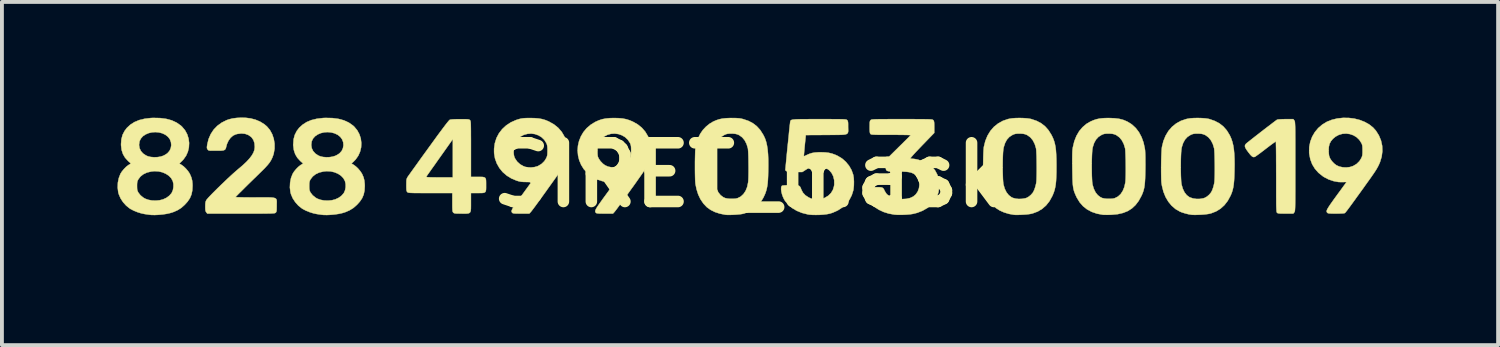
<source format=kicad_pcb>
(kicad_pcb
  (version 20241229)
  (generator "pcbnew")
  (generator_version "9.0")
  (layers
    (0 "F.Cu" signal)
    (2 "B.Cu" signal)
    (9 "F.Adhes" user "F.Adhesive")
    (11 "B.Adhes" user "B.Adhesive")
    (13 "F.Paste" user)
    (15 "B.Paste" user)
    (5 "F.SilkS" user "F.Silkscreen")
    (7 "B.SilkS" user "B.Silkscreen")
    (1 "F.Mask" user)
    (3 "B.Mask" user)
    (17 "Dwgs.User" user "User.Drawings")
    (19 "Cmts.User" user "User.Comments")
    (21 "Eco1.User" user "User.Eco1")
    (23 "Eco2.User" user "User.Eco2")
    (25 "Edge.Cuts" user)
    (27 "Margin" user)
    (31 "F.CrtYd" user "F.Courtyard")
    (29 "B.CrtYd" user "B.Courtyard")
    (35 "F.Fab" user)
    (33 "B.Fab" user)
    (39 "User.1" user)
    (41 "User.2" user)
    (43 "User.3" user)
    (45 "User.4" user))
  (footprint "SIRET_mask"
    (layer "F.Cu")
    (at 16.401 1.491)
    (property "Reference" "SIRET_mask" (at 0 0 0) (layer "F.SilkS") (effects (font (size 1.524 1.524) (thickness 0.3))))
    (attr through_hole)
    (fp_poly (pts (xy 14.147 -1.414) (xy 14.151 -1.408) (xy 14.155 -1.401) (xy 14.159 -1.392) (xy 14.162 -1.378) (xy 14.164 -1.359) (xy 14.166 -1.332) (xy 14.168 -1.296) (xy 14.17 -1.25) (xy 14.171 -1.192) (xy 14.172 -1.121) (xy 14.172 -1.034) (xy 14.173 -0.93) (xy 14.173 -0.808) (xy 14.173 -0.666) (xy 14.173 -0.503) (xy 14.173 -0.316) (xy 14.173 -0.222) (xy 14.173 -0.025) (xy 14.173 0.149) (xy 14.173 0.301) (xy 14.173 0.432) (xy 14.172 0.544) (xy 14.172 0.638) (xy 14.171 0.717) (xy 14.17 0.781) (xy 14.169 0.832) (xy 14.167 0.872) (xy 14.165 0.903) (xy 14.163 0.925) (xy 14.16 0.942) (xy 14.157 0.953) (xy 14.153 0.961) (xy 14.149 0.967) (xy 14.147 0.97) (xy 14.121 1.003) (xy 13.92 1.003) (xy 13.844 1.003) (xy 13.788 1.002) (xy 13.75 0.999) (xy 13.725 0.995) (xy 13.71 0.989) (xy 13.699 0.98) (xy 13.699 0.98) (xy 13.695 0.974) (xy 13.691 0.964) (xy 13.688 0.949) (xy 13.686 0.926) (xy 13.684 0.894) (xy 13.682 0.852) (xy 13.68 0.797) (xy 13.679 0.728) (xy 13.679 0.643) (xy 13.678 0.539) (xy 13.678 0.417) (xy 13.678 0.273) (xy 13.678 0.106) (xy 13.678 0.047) (xy 13.677 -0.103) (xy 13.677 -0.245) (xy 13.676 -0.377) (xy 13.676 -0.498) (xy 13.675 -0.606) (xy 13.674 -0.697) (xy 13.672 -0.771) (xy 13.671 -0.826) (xy 13.669 -0.858) (xy 13.668 -0.868) (xy 13.656 -0.862) (xy 13.627 -0.842) (xy 13.583 -0.811) (xy 13.527 -0.77) (xy 13.463 -0.721) (xy 13.405 -0.677) (xy 13.334 -0.622) (xy 13.269 -0.573) (xy 13.212 -0.531) (xy 13.166 -0.498) (xy 13.136 -0.477) (xy 13.124 -0.47) (xy 13.097 -0.463) (xy 13.07 -0.469) (xy 13.042 -0.488) (xy 13.007 -0.523) (xy 12.963 -0.578) (xy 12.954 -0.59) (xy 12.908 -0.653) (xy 12.879 -0.702) (xy 12.866 -0.74) (xy 12.868 -0.771) (xy 12.884 -0.798) (xy 12.9 -0.815) (xy 12.919 -0.831) (xy 12.956 -0.86) (xy 13.006 -0.9) (xy 13.067 -0.948) (xy 13.137 -1.003) (xy 13.213 -1.062) (xy 13.291 -1.123) (xy 13.37 -1.184) (xy 13.447 -1.243) (xy 13.519 -1.297) (xy 13.582 -1.346) (xy 13.635 -1.386) (xy 13.674 -1.415) (xy 13.698 -1.432) (xy 13.702 -1.434) (xy 13.724 -1.439) (xy 13.767 -1.443) (xy 13.826 -1.446) (xy 13.897 -1.448) (xy 13.924 -1.448) (xy 14.121 -1.448) (xy 14.147 -1.414)) (stroke (width 0.01) (type solid)) (fill yes) (layer "F.SilkS"))
    (fp_poly (pts (xy -5.574 -1.474) (xy -5.472 -1.466) (xy -5.381 -1.45) (xy -5.296 -1.425) (xy -5.212 -1.39) (xy -5.201 -1.385) (xy -5.07 -1.311) (xy -4.96 -1.222) (xy -4.87 -1.118) (xy -4.801 -1.001) (xy -4.753 -0.872) (xy -4.729 -0.732) (xy -4.725 -0.648) (xy -4.733 -0.535) (xy -4.757 -0.422) (xy -4.799 -0.306) (xy -4.86 -0.183) (xy -4.94 -0.051) (xy -4.994 0.027) (xy -5.102 0.179) (xy -5.204 0.321) (xy -5.298 0.453) (xy -5.384 0.572) (xy -5.461 0.678) (xy -5.527 0.769) (xy -5.582 0.844) (xy -5.626 0.902) (xy -5.656 0.941) (xy -5.672 0.961) (xy -5.712 1.003) (xy -5.922 1.003) (xy -6.003 1.003) (xy -6.061 1.002) (xy -6.102 0.999) (xy -6.129 0.995) (xy -6.146 0.989) (xy -6.152 0.983) (xy -6.164 0.969) (xy -6.17 0.954) (xy -6.171 0.935) (xy -6.163 0.91) (xy -6.147 0.877) (xy -6.122 0.834) (xy -6.085 0.779) (xy -6.036 0.709) (xy -5.974 0.622) (xy -5.923 0.552) (xy -5.863 0.47) (xy -5.808 0.394) (xy -5.759 0.327) (xy -5.718 0.271) (xy -5.688 0.229) (xy -5.669 0.204) (xy -5.664 0.197) (xy -5.671 0.191) (xy -5.702 0.186) (xy -5.758 0.183) (xy -5.795 0.183) (xy -5.869 0.181) (xy -5.926 0.176) (xy -5.977 0.166) (xy -6.031 0.151) (xy -6.039 0.148) (xy -6.176 0.091) (xy -6.297 0.016) (xy -6.402 -0.075) (xy -6.488 -0.181) (xy -6.555 -0.299) (xy -6.601 -0.427) (xy -6.624 -0.564) (xy -6.625 -0.638) (xy -6.119 -0.638) (xy -6.119 -0.61) (xy -6.115 -0.546) (xy -6.108 -0.499) (xy -6.097 -0.46) (xy -6.08 -0.425) (xy -6.024 -0.343) (xy -5.948 -0.275) (xy -5.859 -0.224) (xy -5.823 -0.211) (xy -5.747 -0.196) (xy -5.661 -0.194) (xy -5.574 -0.204) (xy -5.497 -0.226) (xy -5.483 -0.232) (xy -5.393 -0.286) (xy -5.32 -0.357) (xy -5.274 -0.43) (xy -5.258 -0.465) (xy -5.248 -0.497) (xy -5.242 -0.532) (xy -5.24 -0.578) (xy -5.239 -0.635) (xy -5.24 -0.7) (xy -5.244 -0.746) (xy -5.251 -0.782) (xy -5.262 -0.814) (xy -5.269 -0.829) (xy -5.323 -0.913) (xy -5.393 -0.98) (xy -5.475 -1.029) (xy -5.566 -1.061) (xy -5.661 -1.074) (xy -5.757 -1.067) (xy -5.851 -1.042) (xy -5.939 -0.996) (xy -6.009 -0.937) (xy -6.061 -0.874) (xy -6.096 -0.807) (xy -6.115 -0.73) (xy -6.119 -0.638) (xy -6.625 -0.638) (xy -6.625 -0.68) (xy -6.605 -0.824) (xy -6.563 -0.958) (xy -6.498 -1.081) (xy -6.414 -1.19) (xy -6.311 -1.285) (xy -6.191 -1.364) (xy -6.054 -1.425) (xy -6.001 -1.442) (xy -5.952 -1.456) (xy -5.908 -1.465) (xy -5.863 -1.471) (xy -5.81 -1.475) (xy -5.743 -1.476) (xy -5.696 -1.477) (xy -5.574 -1.474)) (stroke (width 0.01) (type solid)) (fill yes) (layer "F.SilkS"))
    (fp_poly (pts (xy 15.559 -1.48) (xy 15.705 -1.462) (xy 15.844 -1.427) (xy 15.974 -1.376) (xy 16.091 -1.311) (xy 16.192 -1.231) (xy 16.267 -1.147) (xy 16.344 -1.024) (xy 16.398 -0.893) (xy 16.428 -0.756) (xy 16.433 -0.616) (xy 16.415 -0.474) (xy 16.372 -0.333) (xy 16.347 -0.275) (xy 16.329 -0.237) (xy 16.309 -0.199) (xy 16.286 -0.158) (xy 16.258 -0.113) (xy 16.224 -0.061) (xy 16.181 0.001) (xy 16.13 0.075) (xy 16.066 0.164) (xy 15.99 0.27) (xy 15.967 0.303) (xy 15.869 0.439) (xy 15.784 0.556) (xy 15.712 0.656) (xy 15.652 0.739) (xy 15.602 0.807) (xy 15.562 0.861) (xy 15.53 0.904) (xy 15.505 0.937) (xy 15.486 0.96) (xy 15.473 0.976) (xy 15.463 0.985) (xy 15.456 0.99) (xy 15.456 0.991) (xy 15.435 0.995) (xy 15.395 0.999) (xy 15.338 1.001) (xy 15.271 1.003) (xy 15.229 1.003) (xy 15.15 1.003) (xy 15.092 1.001) (xy 15.053 0.999) (xy 15.027 0.994) (xy 15.011 0.988) (xy 15.006 0.983) (xy 14.994 0.969) (xy 14.988 0.954) (xy 14.988 0.935) (xy 14.995 0.91) (xy 15.011 0.877) (xy 15.037 0.834) (xy 15.073 0.779) (xy 15.122 0.709) (xy 15.184 0.622) (xy 15.235 0.552) (xy 15.295 0.47) (xy 15.351 0.394) (xy 15.4 0.326) (xy 15.441 0.27) (xy 15.472 0.228) (xy 15.491 0.201) (xy 15.497 0.194) (xy 15.497 0.187) (xy 15.481 0.183) (xy 15.444 0.184) (xy 15.422 0.186) (xy 15.295 0.184) (xy 15.164 0.159) (xy 15.035 0.115) (xy 14.913 0.051) (xy 14.891 0.036) (xy 14.777 -0.054) (xy 14.684 -0.159) (xy 14.612 -0.277) (xy 14.563 -0.407) (xy 14.536 -0.548) (xy 14.533 -0.585) (xy 14.534 -0.638) (xy 15.039 -0.638) (xy 15.04 -0.61) (xy 15.044 -0.546) (xy 15.05 -0.499) (xy 15.062 -0.461) (xy 15.078 -0.425) (xy 15.122 -0.359) (xy 15.182 -0.296) (xy 15.241 -0.251) (xy 15.317 -0.217) (xy 15.406 -0.198) (xy 15.5 -0.194) (xy 15.593 -0.205) (xy 15.675 -0.232) (xy 15.766 -0.286) (xy 15.838 -0.357) (xy 15.884 -0.43) (xy 15.9 -0.465) (xy 15.911 -0.497) (xy 15.916 -0.533) (xy 15.919 -0.58) (xy 15.919 -0.635) (xy 15.918 -0.699) (xy 15.915 -0.745) (xy 15.909 -0.78) (xy 15.897 -0.811) (xy 15.889 -0.829) (xy 15.834 -0.913) (xy 15.764 -0.98) (xy 15.681 -1.03) (xy 15.591 -1.061) (xy 15.495 -1.074) (xy 15.398 -1.068) (xy 15.304 -1.041) (xy 15.217 -0.994) (xy 15.149 -0.937) (xy 15.097 -0.874) (xy 15.062 -0.807) (xy 15.044 -0.73) (xy 15.039 -0.638) (xy 14.534 -0.638) (xy 14.536 -0.728) (xy 14.563 -0.864) (xy 14.612 -0.993) (xy 14.681 -1.111) (xy 14.769 -1.217) (xy 14.874 -1.307) (xy 14.994 -1.38) (xy 15.117 -1.429) (xy 15.262 -1.465) (xy 15.411 -1.481) (xy 15.559 -1.48)) (stroke (width 0.01) (type solid)) (fill yes) (layer "F.SilkS"))
    (fp_poly (pts (xy -3.396 -1.474) (xy -3.292 -1.465) (xy -3.199 -1.447) (xy -3.112 -1.42) (xy -3.026 -1.384) (xy -2.898 -1.312) (xy -2.79 -1.225) (xy -2.701 -1.122) (xy -2.63 -1.003) (xy -2.627 -0.996) (xy -2.584 -0.879) (xy -2.56 -0.751) (xy -2.554 -0.618) (xy -2.567 -0.488) (xy -2.571 -0.467) (xy -2.596 -0.383) (xy -2.634 -0.287) (xy -2.684 -0.187) (xy -2.742 -0.09) (xy -2.755 -0.071) (xy -2.787 -0.025) (xy -2.829 0.035) (xy -2.88 0.107) (xy -2.937 0.189) (xy -3 0.277) (xy -3.066 0.368) (xy -3.133 0.462) (xy -3.2 0.554) (xy -3.264 0.643) (xy -3.325 0.726) (xy -3.379 0.8) (xy -3.425 0.863) (xy -3.462 0.912) (xy -3.487 0.944) (xy -3.496 0.956) (xy -3.539 1.003) (xy -3.75 1.003) (xy -3.831 1.003) (xy -3.89 1.002) (xy -3.931 0.999) (xy -3.957 0.995) (xy -3.974 0.989) (xy -3.981 0.983) (xy -3.992 0.969) (xy -3.999 0.954) (xy -3.999 0.935) (xy -3.992 0.91) (xy -3.976 0.877) (xy -3.95 0.834) (xy -3.913 0.779) (xy -3.864 0.709) (xy -3.802 0.622) (xy -3.751 0.552) (xy -3.691 0.47) (xy -3.636 0.394) (xy -3.587 0.326) (xy -3.546 0.27) (xy -3.515 0.228) (xy -3.495 0.201) (xy -3.49 0.194) (xy -3.489 0.187) (xy -3.506 0.183) (xy -3.542 0.184) (xy -3.565 0.186) (xy -3.692 0.184) (xy -3.823 0.159) (xy -3.952 0.115) (xy -4.074 0.051) (xy -4.096 0.036) (xy -4.206 -0.051) (xy -4.296 -0.151) (xy -4.365 -0.262) (xy -4.415 -0.38) (xy -4.445 -0.503) (xy -4.456 -0.629) (xy -4.456 -0.63) (xy -3.943 -0.63) (xy -3.943 -0.629) (xy -3.943 -0.565) (xy -3.94 -0.52) (xy -3.935 -0.486) (xy -3.925 -0.458) (xy -3.911 -0.428) (xy -3.91 -0.425) (xy -3.864 -0.358) (xy -3.804 -0.295) (xy -3.745 -0.251) (xy -3.67 -0.217) (xy -3.581 -0.198) (xy -3.486 -0.194) (xy -3.394 -0.205) (xy -3.311 -0.232) (xy -3.221 -0.286) (xy -3.149 -0.357) (xy -3.102 -0.43) (xy -3.086 -0.465) (xy -3.076 -0.497) (xy -3.07 -0.533) (xy -3.068 -0.58) (xy -3.067 -0.635) (xy -3.068 -0.699) (xy -3.071 -0.745) (xy -3.078 -0.78) (xy -3.089 -0.811) (xy -3.097 -0.829) (xy -3.152 -0.913) (xy -3.222 -0.98) (xy -3.305 -1.029) (xy -3.396 -1.061) (xy -3.492 -1.074) (xy -3.588 -1.068) (xy -3.682 -1.042) (xy -3.77 -0.995) (xy -3.833 -0.943) (xy -3.879 -0.892) (xy -3.91 -0.841) (xy -3.93 -0.785) (xy -3.94 -0.717) (xy -3.943 -0.63) (xy -4.456 -0.63) (xy -4.448 -0.755) (xy -4.42 -0.878) (xy -4.373 -0.997) (xy -4.308 -1.109) (xy -4.224 -1.211) (xy -4.121 -1.3) (xy -4.001 -1.375) (xy -3.995 -1.377) (xy -3.907 -1.417) (xy -3.819 -1.446) (xy -3.726 -1.464) (xy -3.621 -1.474) (xy -3.518 -1.477) (xy -3.396 -1.474)) (stroke (width 0.01) (type solid)) (fill yes) (layer "F.SilkS"))
    (fp_poly (pts (xy 11.743 -1.475) (xy 11.838 -1.468) (xy 11.918 -1.456) (xy 11.943 -1.45) (xy 12.083 -1.401) (xy 12.204 -1.337) (xy 12.308 -1.255) (xy 12.396 -1.154) (xy 12.47 -1.033) (xy 12.478 -1.017) (xy 12.512 -0.94) (xy 12.54 -0.857) (xy 12.562 -0.766) (xy 12.578 -0.665) (xy 12.589 -0.549) (xy 12.595 -0.417) (xy 12.597 -0.265) (xy 12.594 -0.095) (xy 12.59 0.037) (xy 12.584 0.147) (xy 12.575 0.24) (xy 12.563 0.32) (xy 12.547 0.39) (xy 12.527 0.455) (xy 12.501 0.519) (xy 12.492 0.539) (xy 12.419 0.673) (xy 12.332 0.785) (xy 12.231 0.876) (xy 12.117 0.946) (xy 11.988 0.996) (xy 11.931 1.01) (xy 11.877 1.018) (xy 11.806 1.026) (xy 11.725 1.032) (xy 11.643 1.035) (xy 11.567 1.037) (xy 11.505 1.035) (xy 11.487 1.034) (xy 11.406 1.021) (xy 11.317 0.999) (xy 11.233 0.973) (xy 11.182 0.953) (xy 11.067 0.887) (xy 10.966 0.801) (xy 10.878 0.695) (xy 10.806 0.573) (xy 10.75 0.434) (xy 10.712 0.282) (xy 10.7 0.204) (xy 10.696 0.156) (xy 10.694 0.088) (xy 10.692 0.004) (xy 10.691 -0.091) (xy 10.691 -0.191) (xy 11.2 -0.191) (xy 11.201 -0.086) (xy 11.203 0.013) (xy 11.207 0.102) (xy 11.211 0.176) (xy 11.218 0.23) (xy 11.22 0.246) (xy 11.253 0.359) (xy 11.298 0.453) (xy 11.356 0.526) (xy 11.425 0.577) (xy 11.438 0.583) (xy 11.517 0.61) (xy 11.607 0.623) (xy 11.7 0.622) (xy 11.786 0.607) (xy 11.825 0.594) (xy 11.882 0.561) (xy 11.938 0.513) (xy 11.983 0.46) (xy 11.989 0.451) (xy 12.021 0.387) (xy 12.048 0.307) (xy 12.068 0.222) (xy 12.075 0.179) (xy 12.078 0.13) (xy 12.081 0.063) (xy 12.083 -0.018) (xy 12.084 -0.109) (xy 12.084 -0.207) (xy 12.083 -0.306) (xy 12.081 -0.402) (xy 12.079 -0.492) (xy 12.076 -0.571) (xy 12.072 -0.635) (xy 12.068 -0.679) (xy 12.066 -0.692) (xy 12.032 -0.804) (xy 11.983 -0.899) (xy 11.92 -0.975) (xy 11.846 -1.03) (xy 11.82 -1.043) (xy 11.779 -1.058) (xy 11.735 -1.068) (xy 11.682 -1.072) (xy 11.64 -1.073) (xy 11.58 -1.072) (xy 11.537 -1.068) (xy 11.502 -1.059) (xy 11.464 -1.043) (xy 11.453 -1.038) (xy 11.374 -0.987) (xy 11.311 -0.918) (xy 11.262 -0.83) (xy 11.227 -0.722) (xy 11.221 -0.695) (xy 11.215 -0.648) (xy 11.209 -0.58) (xy 11.205 -0.496) (xy 11.202 -0.4) (xy 11.201 -0.297) (xy 11.2 -0.191) (xy 10.691 -0.191) (xy 10.691 -0.193) (xy 10.692 -0.298) (xy 10.694 -0.401) (xy 10.697 -0.498) (xy 10.701 -0.584) (xy 10.705 -0.656) (xy 10.71 -0.709) (xy 10.712 -0.726) (xy 10.75 -0.88) (xy 10.807 -1.019) (xy 10.881 -1.142) (xy 10.973 -1.248) (xy 11.08 -1.335) (xy 11.202 -1.403) (xy 11.338 -1.449) (xy 11.367 -1.456) (xy 11.445 -1.469) (xy 11.539 -1.476) (xy 11.641 -1.478) (xy 11.743 -1.475)) (stroke (width 0.01) (type solid)) (fill yes) (layer "F.SilkS"))
    (fp_poly (pts (xy -7.365 -1.447) (xy -7.322 -1.445) (xy -7.293 -1.442) (xy -7.273 -1.437) (xy -7.26 -1.43) (xy -7.252 -1.422) (xy -7.246 -1.416) (xy -7.242 -1.409) (xy -7.238 -1.397) (xy -7.235 -1.38) (xy -7.232 -1.355) (xy -7.23 -1.32) (xy -7.229 -1.273) (xy -7.228 -1.213) (xy -7.227 -1.136) (xy -7.227 -1.042) (xy -7.226 -0.928) (xy -7.226 -0.792) (xy -7.226 -0.673) (xy -7.226 0.051) (xy -7.058 0.051) (xy -6.977 0.051) (xy -6.919 0.053) (xy -6.878 0.062) (xy -6.853 0.079) (xy -6.839 0.108) (xy -6.834 0.152) (xy -6.833 0.215) (xy -6.833 0.259) (xy -6.833 0.335) (xy -6.835 0.39) (xy -6.844 0.428) (xy -6.862 0.451) (xy -6.893 0.464) (xy -6.94 0.469) (xy -7.008 0.47) (xy -7.053 0.47) (xy -7.226 0.47) (xy -7.226 0.711) (xy -7.226 0.805) (xy -7.227 0.876) (xy -7.232 0.928) (xy -7.243 0.963) (xy -7.263 0.986) (xy -7.294 0.998) (xy -7.338 1.003) (xy -7.399 1.004) (xy -7.468 1.003) (xy -7.542 1.003) (xy -7.595 1.002) (xy -7.631 0.999) (xy -7.655 0.995) (xy -7.671 0.988) (xy -7.683 0.978) (xy -7.684 0.978) (xy -7.692 0.967) (xy -7.699 0.954) (xy -7.703 0.933) (xy -7.706 0.902) (xy -7.708 0.857) (xy -7.709 0.793) (xy -7.709 0.711) (xy -7.709 0.47) (xy -8.28 0.47) (xy -8.416 0.47) (xy -8.528 0.47) (xy -8.62 0.469) (xy -8.693 0.469) (xy -8.749 0.467) (xy -8.792 0.466) (xy -8.823 0.463) (xy -8.844 0.46) (xy -8.859 0.457) (xy -8.869 0.452) (xy -8.876 0.446) (xy -8.877 0.445) (xy -8.888 0.431) (xy -8.895 0.414) (xy -8.9 0.387) (xy -8.902 0.346) (xy -8.903 0.287) (xy -8.903 0.263) (xy -8.902 0.197) (xy -8.901 0.15) (xy -8.897 0.117) (xy -8.89 0.093) (xy -8.879 0.07) (xy -8.867 0.05) (xy -8.865 0.048) (xy -8.387 0.048) (xy -8.385 0.052) (xy -8.371 0.056) (xy -8.342 0.059) (xy -8.297 0.061) (xy -8.234 0.063) (xy -8.149 0.063) (xy -8.046 0.064) (xy -7.696 0.064) (xy -7.696 -0.93) (xy -7.933 -0.595) (xy -7.997 -0.505) (xy -8.061 -0.415) (xy -8.123 -0.327) (xy -8.179 -0.247) (xy -8.228 -0.179) (xy -8.266 -0.126) (xy -8.274 -0.114) (xy -8.312 -0.06) (xy -8.345 -0.013) (xy -8.37 0.023) (xy -8.385 0.045) (xy -8.387 0.048) (xy -8.865 0.048) (xy -8.853 0.03) (xy -8.826 -0.008) (xy -8.787 -0.063) (xy -8.736 -0.134) (xy -8.676 -0.217) (xy -8.608 -0.312) (xy -8.533 -0.417) (xy -8.452 -0.529) (xy -8.367 -0.646) (xy -8.32 -0.711) (xy -8.206 -0.868) (xy -8.107 -1.005) (xy -8.021 -1.121) (xy -7.948 -1.219) (xy -7.889 -1.297) (xy -7.842 -1.357) (xy -7.807 -1.399) (xy -7.785 -1.424) (xy -7.775 -1.431) (xy -7.746 -1.438) (xy -7.692 -1.443) (xy -7.614 -1.446) (xy -7.514 -1.447) (xy -7.509 -1.447) (xy -7.426 -1.447) (xy -7.365 -1.447)) (stroke (width 0.01) (type solid)) (fill yes) (layer "F.SilkS"))
    (fp_poly (pts (xy 7.12 -1.475) (xy 7.215 -1.468) (xy 7.295 -1.456) (xy 7.32 -1.45) (xy 7.458 -1.403) (xy 7.576 -1.341) (xy 7.677 -1.262) (xy 7.764 -1.164) (xy 7.84 -1.044) (xy 7.856 -1.013) (xy 7.887 -0.947) (xy 7.912 -0.88) (xy 7.932 -0.808) (xy 7.948 -0.729) (xy 7.959 -0.639) (xy 7.966 -0.535) (xy 7.971 -0.413) (xy 7.973 -0.27) (xy 7.973 -0.216) (xy 7.972 -0.072) (xy 7.968 0.05) (xy 7.963 0.153) (xy 7.954 0.242) (xy 7.941 0.319) (xy 7.925 0.389) (xy 7.904 0.454) (xy 7.878 0.519) (xy 7.867 0.544) (xy 7.794 0.677) (xy 7.706 0.789) (xy 7.604 0.879) (xy 7.488 0.949) (xy 7.357 0.998) (xy 7.308 1.01) (xy 7.257 1.018) (xy 7.189 1.026) (xy 7.111 1.031) (xy 7.032 1.035) (xy 6.958 1.037) (xy 6.898 1.036) (xy 6.871 1.034) (xy 6.737 1.01) (xy 6.612 0.972) (xy 6.5 0.922) (xy 6.408 0.863) (xy 6.398 0.855) (xy 6.306 0.764) (xy 6.227 0.653) (xy 6.162 0.524) (xy 6.113 0.381) (xy 6.082 0.235) (xy 6.077 0.19) (xy 6.074 0.123) (xy 6.072 0.041) (xy 6.07 -0.054) (xy 6.07 -0.157) (xy 6.07 -0.188) (xy 6.577 -0.188) (xy 6.578 -0.083) (xy 6.581 0.017) (xy 6.584 0.105) (xy 6.589 0.179) (xy 6.595 0.234) (xy 6.598 0.248) (xy 6.63 0.358) (xy 6.676 0.451) (xy 6.735 0.525) (xy 6.805 0.579) (xy 6.842 0.596) (xy 6.914 0.616) (xy 6.999 0.624) (xy 7.086 0.62) (xy 7.166 0.606) (xy 7.202 0.594) (xy 7.259 0.561) (xy 7.315 0.513) (xy 7.36 0.46) (xy 7.366 0.451) (xy 7.398 0.387) (xy 7.425 0.307) (xy 7.446 0.222) (xy 7.452 0.179) (xy 7.456 0.13) (xy 7.458 0.063) (xy 7.46 -0.019) (xy 7.461 -0.11) (xy 7.461 -0.208) (xy 7.46 -0.307) (xy 7.459 -0.403) (xy 7.457 -0.493) (xy 7.453 -0.572) (xy 7.45 -0.635) (xy 7.445 -0.68) (xy 7.443 -0.692) (xy 7.409 -0.804) (xy 7.36 -0.899) (xy 7.297 -0.975) (xy 7.222 -1.03) (xy 7.197 -1.043) (xy 7.156 -1.058) (xy 7.113 -1.068) (xy 7.059 -1.072) (xy 7.017 -1.073) (xy 6.957 -1.072) (xy 6.915 -1.068) (xy 6.879 -1.059) (xy 6.841 -1.043) (xy 6.83 -1.038) (xy 6.751 -0.987) (xy 6.688 -0.918) (xy 6.64 -0.83) (xy 6.605 -0.722) (xy 6.599 -0.695) (xy 6.592 -0.648) (xy 6.586 -0.579) (xy 6.582 -0.495) (xy 6.579 -0.398) (xy 6.578 -0.295) (xy 6.577 -0.188) (xy 6.07 -0.188) (xy 6.07 -0.263) (xy 6.072 -0.369) (xy 6.074 -0.469) (xy 6.077 -0.561) (xy 6.081 -0.638) (xy 6.086 -0.698) (xy 6.089 -0.727) (xy 6.127 -0.881) (xy 6.184 -1.02) (xy 6.259 -1.143) (xy 6.35 -1.248) (xy 6.458 -1.335) (xy 6.58 -1.403) (xy 6.716 -1.45) (xy 6.744 -1.456) (xy 6.822 -1.469) (xy 6.916 -1.476) (xy 7.018 -1.478) (xy 7.12 -1.475)) (stroke (width 0.01) (type solid)) (fill yes) (layer "F.SilkS"))
    (fp_poly (pts (xy 9.481 -1.471) (xy 9.603 -1.456) (xy 9.71 -1.428) (xy 9.807 -1.387) (xy 9.899 -1.332) (xy 9.938 -1.304) (xy 10.033 -1.216) (xy 10.115 -1.108) (xy 10.182 -0.982) (xy 10.233 -0.842) (xy 10.266 -0.69) (xy 10.274 -0.634) (xy 10.276 -0.593) (xy 10.279 -0.531) (xy 10.281 -0.453) (xy 10.281 -0.362) (xy 10.282 -0.265) (xy 10.281 -0.164) (xy 10.281 -0.159) (xy 10.278 -0.023) (xy 10.275 0.091) (xy 10.269 0.187) (xy 10.261 0.268) (xy 10.25 0.337) (xy 10.235 0.399) (xy 10.216 0.457) (xy 10.193 0.513) (xy 10.179 0.543) (xy 10.108 0.673) (xy 10.026 0.781) (xy 9.932 0.869) (xy 9.825 0.937) (xy 9.702 0.986) (xy 9.563 1.018) (xy 9.405 1.033) (xy 9.386 1.034) (xy 9.321 1.036) (xy 9.26 1.036) (xy 9.212 1.035) (xy 9.182 1.034) (xy 9.026 1.005) (xy 8.888 0.958) (xy 8.767 0.893) (xy 8.663 0.81) (xy 8.574 0.708) (xy 8.5 0.586) (xy 8.49 0.565) (xy 8.466 0.512) (xy 8.446 0.464) (xy 8.429 0.417) (xy 8.417 0.369) (xy 8.407 0.316) (xy 8.399 0.255) (xy 8.394 0.182) (xy 8.39 0.094) (xy 8.388 -0.011) (xy 8.386 -0.139) (xy 8.385 -0.166) (xy 8.385 -0.188) (xy 8.889 -0.188) (xy 8.89 -0.083) (xy 8.892 0.017) (xy 8.896 0.105) (xy 8.9 0.179) (xy 8.907 0.234) (xy 8.909 0.248) (xy 8.942 0.359) (xy 8.988 0.453) (xy 9.047 0.526) (xy 9.117 0.579) (xy 9.166 0.601) (xy 9.224 0.613) (xy 9.294 0.62) (xy 9.369 0.62) (xy 9.437 0.615) (xy 9.488 0.603) (xy 9.57 0.561) (xy 9.64 0.497) (xy 9.695 0.414) (xy 9.736 0.313) (xy 9.762 0.194) (xy 9.763 0.184) (xy 9.767 0.139) (xy 9.77 0.074) (xy 9.772 -0.005) (xy 9.773 -0.095) (xy 9.773 -0.192) (xy 9.772 -0.291) (xy 9.771 -0.388) (xy 9.768 -0.479) (xy 9.765 -0.559) (xy 9.762 -0.626) (xy 9.758 -0.673) (xy 9.755 -0.692) (xy 9.72 -0.805) (xy 9.671 -0.899) (xy 9.608 -0.975) (xy 9.533 -1.03) (xy 9.509 -1.043) (xy 9.467 -1.058) (xy 9.424 -1.068) (xy 9.37 -1.072) (xy 9.328 -1.073) (xy 9.269 -1.072) (xy 9.226 -1.068) (xy 9.19 -1.059) (xy 9.153 -1.043) (xy 9.142 -1.038) (xy 9.063 -0.987) (xy 9 -0.918) (xy 8.951 -0.83) (xy 8.916 -0.722) (xy 8.91 -0.695) (xy 8.903 -0.648) (xy 8.898 -0.579) (xy 8.894 -0.495) (xy 8.891 -0.398) (xy 8.889 -0.295) (xy 8.889 -0.188) (xy 8.385 -0.188) (xy 8.384 -0.291) (xy 8.383 -0.394) (xy 8.384 -0.479) (xy 8.385 -0.547) (xy 8.387 -0.603) (xy 8.39 -0.649) (xy 8.395 -0.689) (xy 8.4 -0.72) (xy 8.437 -0.874) (xy 8.492 -1.013) (xy 8.564 -1.136) (xy 8.653 -1.241) (xy 8.756 -1.328) (xy 8.855 -1.385) (xy 8.935 -1.42) (xy 9.013 -1.446) (xy 9.094 -1.463) (xy 9.185 -1.473) (xy 9.292 -1.477) (xy 9.341 -1.477) (xy 9.481 -1.471)) (stroke (width 0.01) (type solid)) (fill yes) (layer "F.SilkS"))
    (fp_poly (pts (xy -0.367 -1.476) (xy -0.301 -1.473) (xy -0.248 -1.468) (xy -0.2 -1.459) (xy -0.16 -1.449) (xy -0.024 -1.403) (xy 0.093 -1.342) (xy 0.194 -1.264) (xy 0.282 -1.167) (xy 0.358 -1.048) (xy 0.377 -1.013) (xy 0.411 -0.939) (xy 0.438 -0.857) (xy 0.459 -0.765) (xy 0.475 -0.661) (xy 0.486 -0.541) (xy 0.492 -0.403) (xy 0.493 -0.245) (xy 0.491 -0.102) (xy 0.488 0.024) (xy 0.483 0.128) (xy 0.476 0.215) (xy 0.466 0.289) (xy 0.453 0.355) (xy 0.437 0.415) (xy 0.416 0.476) (xy 0.403 0.508) (xy 0.364 0.591) (xy 0.313 0.675) (xy 0.258 0.754) (xy 0.202 0.819) (xy 0.18 0.84) (xy 0.119 0.884) (xy 0.042 0.929) (xy -0.043 0.968) (xy -0.126 0.998) (xy -0.171 1.01) (xy -0.219 1.018) (xy -0.284 1.025) (xy -0.358 1.031) (xy -0.434 1.035) (xy -0.507 1.037) (xy -0.569 1.037) (xy -0.613 1.034) (xy -0.616 1.034) (xy -0.766 1.004) (xy -0.895 0.962) (xy -1.006 0.906) (xy -1.103 0.836) (xy -1.186 0.748) (xy -1.197 0.734) (xy -1.27 0.626) (xy -1.327 0.505) (xy -1.37 0.369) (xy -1.397 0.235) (xy -1.401 0.195) (xy -1.405 0.133) (xy -1.407 0.055) (xy -1.409 -0.036) (xy -1.41 -0.136) (xy -1.41 -0.188) (xy -0.903 -0.188) (xy -0.902 -0.083) (xy -0.9 0.017) (xy -0.896 0.105) (xy -0.891 0.179) (xy -0.885 0.234) (xy -0.883 0.248) (xy -0.85 0.359) (xy -0.804 0.453) (xy -0.745 0.526) (xy -0.675 0.579) (xy -0.625 0.601) (xy -0.568 0.613) (xy -0.497 0.62) (xy -0.423 0.62) (xy -0.355 0.615) (xy -0.304 0.603) (xy -0.221 0.561) (xy -0.152 0.497) (xy -0.096 0.414) (xy -0.055 0.313) (xy -0.03 0.193) (xy -0.029 0.184) (xy -0.025 0.139) (xy -0.022 0.075) (xy -0.02 -0.004) (xy -0.019 -0.094) (xy -0.019 -0.191) (xy -0.02 -0.289) (xy -0.021 -0.386) (xy -0.023 -0.478) (xy -0.026 -0.558) (xy -0.03 -0.625) (xy -0.034 -0.673) (xy -0.037 -0.692) (xy -0.071 -0.804) (xy -0.12 -0.899) (xy -0.183 -0.975) (xy -0.258 -1.03) (xy -0.283 -1.043) (xy -0.325 -1.058) (xy -0.368 -1.068) (xy -0.421 -1.072) (xy -0.464 -1.073) (xy -0.523 -1.072) (xy -0.566 -1.068) (xy -0.601 -1.059) (xy -0.639 -1.043) (xy -0.65 -1.038) (xy -0.729 -0.987) (xy -0.792 -0.918) (xy -0.841 -0.83) (xy -0.876 -0.722) (xy -0.882 -0.695) (xy -0.888 -0.648) (xy -0.894 -0.579) (xy -0.898 -0.495) (xy -0.901 -0.398) (xy -0.903 -0.295) (xy -0.903 -0.188) (xy -1.41 -0.188) (xy -1.41 -0.239) (xy -1.41 -0.343) (xy -1.408 -0.441) (xy -1.406 -0.532) (xy -1.404 -0.609) (xy -1.4 -0.669) (xy -1.397 -0.701) (xy -1.378 -0.794) (xy -1.348 -0.893) (xy -1.311 -0.99) (xy -1.271 -1.072) (xy -1.268 -1.076) (xy -1.204 -1.168) (xy -1.123 -1.254) (xy -1.032 -1.328) (xy -0.939 -1.384) (xy -0.938 -1.384) (xy -0.858 -1.419) (xy -0.78 -1.445) (xy -0.699 -1.462) (xy -0.607 -1.472) (xy -0.5 -1.477) (xy -0.451 -1.477) (xy -0.367 -1.476)) (stroke (width 0.01) (type solid)) (fill yes) (layer "F.SilkS"))
    (fp_poly (pts (xy -13.066 -1.482) (xy -12.954 -1.468) (xy -12.947 -1.467) (xy -12.819 -1.434) (xy -12.699 -1.383) (xy -12.592 -1.317) (xy -12.523 -1.259) (xy -12.445 -1.166) (xy -12.385 -1.057) (xy -12.345 -0.938) (xy -12.324 -0.812) (xy -12.324 -0.683) (xy -12.346 -0.554) (xy -12.356 -0.521) (xy -12.382 -0.45) (xy -12.414 -0.384) (xy -12.455 -0.319) (xy -12.509 -0.252) (xy -12.578 -0.177) (xy -12.641 -0.114) (xy -12.778 0.02) (xy -12.898 0.137) (xy -13.002 0.238) (xy -13.09 0.325) (xy -13.162 0.397) (xy -13.221 0.455) (xy -13.267 0.501) (xy -13.3 0.535) (xy -13.322 0.558) (xy -13.333 0.571) (xy -13.335 0.575) (xy -13.323 0.577) (xy -13.288 0.579) (xy -13.233 0.58) (xy -13.16 0.582) (xy -13.073 0.583) (xy -12.974 0.584) (xy -12.866 0.584) (xy -12.824 0.584) (xy -12.69 0.583) (xy -12.579 0.583) (xy -12.49 0.583) (xy -12.419 0.585) (xy -12.365 0.59) (xy -12.325 0.598) (xy -12.298 0.61) (xy -12.28 0.627) (xy -12.271 0.65) (xy -12.267 0.679) (xy -12.267 0.717) (xy -12.268 0.762) (xy -12.268 0.795) (xy -12.269 0.862) (xy -12.27 0.909) (xy -12.274 0.939) (xy -12.28 0.959) (xy -12.289 0.974) (xy -12.294 0.978) (xy -12.299 0.983) (xy -12.306 0.987) (xy -12.317 0.991) (xy -12.332 0.994) (xy -12.355 0.996) (xy -12.387 0.998) (xy -12.429 1) (xy -12.484 1.001) (xy -12.553 1.002) (xy -12.638 1.003) (xy -12.742 1.003) (xy -12.865 1.003) (xy -13.009 1.003) (xy -13.177 1.003) (xy -13.194 1.003) (xy -14.07 1.003) (xy -14.096 0.97) (xy -14.109 0.95) (xy -14.117 0.925) (xy -14.121 0.889) (xy -14.122 0.836) (xy -14.122 0.819) (xy -14.121 0.759) (xy -14.117 0.717) (xy -14.109 0.685) (xy -14.096 0.656) (xy -14.094 0.653) (xy -14.076 0.629) (xy -14.041 0.589) (xy -13.993 0.538) (xy -13.933 0.476) (xy -13.864 0.407) (xy -13.788 0.332) (xy -13.709 0.255) (xy -13.627 0.177) (xy -13.547 0.1) (xy -13.469 0.028) (xy -13.397 -0.038) (xy -13.333 -0.094) (xy -13.28 -0.14) (xy -13.274 -0.145) (xy -13.152 -0.248) (xy -13.052 -0.342) (xy -12.973 -0.428) (xy -12.913 -0.507) (xy -12.871 -0.581) (xy -12.846 -0.652) (xy -12.837 -0.721) (xy -12.837 -0.728) (xy -12.845 -0.825) (xy -12.872 -0.906) (xy -12.917 -0.972) (xy -12.935 -0.989) (xy -13.007 -1.039) (xy -13.093 -1.069) (xy -13.188 -1.077) (xy -13.291 -1.064) (xy -13.333 -1.053) (xy -13.402 -1.02) (xy -13.465 -0.965) (xy -13.518 -0.893) (xy -13.558 -0.807) (xy -13.577 -0.741) (xy -13.586 -0.702) (xy -13.598 -0.673) (xy -13.616 -0.653) (xy -13.643 -0.64) (xy -13.685 -0.633) (xy -13.743 -0.629) (xy -13.822 -0.629) (xy -13.84 -0.629) (xy -13.914 -0.629) (xy -13.968 -0.629) (xy -14.004 -0.631) (xy -14.028 -0.635) (xy -14.043 -0.642) (xy -14.053 -0.651) (xy -14.061 -0.661) (xy -14.073 -0.68) (xy -14.079 -0.7) (xy -14.079 -0.728) (xy -14.073 -0.773) (xy -14.071 -0.788) (xy -14.037 -0.93) (xy -13.981 -1.059) (xy -13.906 -1.174) (xy -13.81 -1.274) (xy -13.697 -1.357) (xy -13.567 -1.422) (xy -13.506 -1.443) (xy -13.413 -1.466) (xy -13.304 -1.48) (xy -13.185 -1.486) (xy -13.066 -1.482)) (stroke (width 0.01) (type solid)) (fill yes) (layer "F.SilkS"))
    (fp_poly (pts (xy -15.296 -1.476) (xy -15.135 -1.455) (xy -14.992 -1.416) (xy -14.867 -1.358) (xy -14.759 -1.283) (xy -14.725 -1.251) (xy -14.648 -1.159) (xy -14.592 -1.056) (xy -14.557 -0.945) (xy -14.542 -0.831) (xy -14.548 -0.716) (xy -14.574 -0.604) (xy -14.621 -0.498) (xy -14.689 -0.402) (xy -14.721 -0.368) (xy -14.796 -0.295) (xy -14.742 -0.263) (xy -14.684 -0.221) (xy -14.625 -0.164) (xy -14.57 -0.099) (xy -14.527 -0.035) (xy -14.522 -0.024) (xy -14.486 0.059) (xy -14.464 0.141) (xy -14.454 0.234) (xy -14.453 0.286) (xy -14.46 0.406) (xy -14.482 0.51) (xy -14.522 0.604) (xy -14.582 0.693) (xy -14.656 0.775) (xy -14.747 0.856) (xy -14.847 0.918) (xy -14.961 0.967) (xy -15.037 0.99) (xy -15.127 1.01) (xy -15.228 1.025) (xy -15.333 1.035) (xy -15.434 1.04) (xy -15.524 1.038) (xy -15.57 1.033) (xy -15.598 1.029) (xy -15.642 1.023) (xy -15.693 1.015) (xy -15.697 1.015) (xy -15.789 0.995) (xy -15.888 0.964) (xy -15.983 0.925) (xy -16.065 0.882) (xy -16.081 0.872) (xy -16.175 0.797) (xy -16.257 0.706) (xy -16.322 0.606) (xy -16.367 0.501) (xy -16.382 0.447) (xy -16.396 0.326) (xy -16.394 0.286) (xy -15.894 0.286) (xy -15.893 0.343) (xy -15.89 0.384) (xy -15.881 0.415) (xy -15.867 0.445) (xy -15.859 0.459) (xy -15.805 0.528) (xy -15.732 0.588) (xy -15.686 0.615) (xy -15.605 0.645) (xy -15.51 0.663) (xy -15.409 0.667) (xy -15.309 0.658) (xy -15.221 0.636) (xy -15.132 0.595) (xy -15.056 0.539) (xy -14.998 0.473) (xy -14.993 0.464) (xy -14.963 0.396) (xy -14.949 0.316) (xy -14.949 0.234) (xy -14.966 0.159) (xy -14.967 0.156) (xy -15.008 0.083) (xy -15.069 0.02) (xy -15.147 -0.031) (xy -15.237 -0.069) (xy -15.336 -0.092) (xy -15.439 -0.098) (xy -15.521 -0.09) (xy -15.635 -0.063) (xy -15.729 -0.019) (xy -15.804 0.04) (xy -15.859 0.112) (xy -15.876 0.144) (xy -15.887 0.174) (xy -15.892 0.21) (xy -15.894 0.259) (xy -15.894 0.286) (xy -16.394 0.286) (xy -16.391 0.201) (xy -16.367 0.082) (xy -16.325 -0.027) (xy -16.325 -0.028) (xy -16.286 -0.089) (xy -16.234 -0.152) (xy -16.176 -0.211) (xy -16.118 -0.256) (xy -16.106 -0.263) (xy -16.052 -0.295) (xy -16.126 -0.362) (xy -16.203 -0.446) (xy -16.258 -0.54) (xy -16.293 -0.646) (xy -16.308 -0.766) (xy -16.308 -0.778) (xy -15.842 -0.778) (xy -15.829 -0.695) (xy -15.794 -0.621) (xy -15.738 -0.557) (xy -15.662 -0.506) (xy -15.61 -0.483) (xy -15.536 -0.466) (xy -15.451 -0.459) (xy -15.362 -0.462) (xy -15.279 -0.476) (xy -15.215 -0.497) (xy -15.168 -0.521) (xy -15.124 -0.549) (xy -15.103 -0.565) (xy -15.051 -0.624) (xy -15.018 -0.695) (xy -15.005 -0.772) (xy -15.013 -0.85) (xy -15.04 -0.924) (xy -15.088 -0.988) (xy -15.158 -1.043) (xy -15.238 -1.081) (xy -15.326 -1.104) (xy -15.417 -1.112) (xy -15.508 -1.106) (xy -15.595 -1.085) (xy -15.674 -1.051) (xy -15.742 -1.005) (xy -15.794 -0.946) (xy -15.828 -0.876) (xy -15.831 -0.866) (xy -15.842 -0.778) (xy -16.308 -0.778) (xy -16.309 -0.8) (xy -16.299 -0.927) (xy -16.269 -1.041) (xy -16.216 -1.143) (xy -16.157 -1.221) (xy -16.066 -1.305) (xy -15.959 -1.373) (xy -15.836 -1.424) (xy -15.696 -1.458) (xy -15.537 -1.477) (xy -15.475 -1.48) (xy -15.296 -1.476)) (stroke (width 0.01) (type solid)) (fill yes) (layer "F.SilkS"))
    (fp_poly (pts (xy -10.826 -1.476) (xy -10.665 -1.455) (xy -10.522 -1.416) (xy -10.396 -1.358) (xy -10.289 -1.283) (xy -10.254 -1.251) (xy -10.178 -1.159) (xy -10.122 -1.056) (xy -10.086 -0.945) (xy -10.072 -0.831) (xy -10.077 -0.716) (xy -10.104 -0.604) (xy -10.151 -0.498) (xy -10.219 -0.402) (xy -10.251 -0.368) (xy -10.326 -0.295) (xy -10.271 -0.263) (xy -10.214 -0.221) (xy -10.154 -0.164) (xy -10.1 -0.099) (xy -10.057 -0.035) (xy -10.051 -0.024) (xy -10.015 0.059) (xy -9.994 0.141) (xy -9.984 0.234) (xy -9.982 0.286) (xy -9.989 0.406) (xy -10.011 0.51) (xy -10.051 0.604) (xy -10.111 0.693) (xy -10.185 0.775) (xy -10.277 0.856) (xy -10.377 0.918) (xy -10.491 0.967) (xy -10.566 0.99) (xy -10.656 1.01) (xy -10.758 1.025) (xy -10.863 1.035) (xy -10.964 1.04) (xy -11.053 1.038) (xy -11.1 1.033) (xy -11.128 1.029) (xy -11.172 1.023) (xy -11.223 1.015) (xy -11.227 1.015) (xy -11.319 0.995) (xy -11.417 0.964) (xy -11.513 0.925) (xy -11.594 0.882) (xy -11.61 0.872) (xy -11.705 0.797) (xy -11.786 0.706) (xy -11.852 0.606) (xy -11.897 0.501) (xy -11.911 0.447) (xy -11.926 0.326) (xy -11.924 0.286) (xy -11.424 0.286) (xy -11.423 0.343) (xy -11.419 0.384) (xy -11.411 0.415) (xy -11.397 0.445) (xy -11.389 0.459) (xy -11.335 0.528) (xy -11.262 0.588) (xy -11.216 0.615) (xy -11.135 0.645) (xy -11.04 0.663) (xy -10.939 0.667) (xy -10.839 0.658) (xy -10.751 0.636) (xy -10.662 0.595) (xy -10.585 0.539) (xy -10.528 0.473) (xy -10.522 0.464) (xy -10.493 0.396) (xy -10.478 0.316) (xy -10.479 0.234) (xy -10.496 0.159) (xy -10.497 0.156) (xy -10.538 0.083) (xy -10.599 0.02) (xy -10.676 -0.031) (xy -10.766 -0.069) (xy -10.865 -0.092) (xy -10.969 -0.098) (xy -11.051 -0.09) (xy -11.165 -0.063) (xy -11.258 -0.019) (xy -11.333 0.04) (xy -11.389 0.112) (xy -11.406 0.144) (xy -11.416 0.174) (xy -11.422 0.21) (xy -11.424 0.259) (xy -11.424 0.286) (xy -11.924 0.286) (xy -11.92 0.201) (xy -11.897 0.082) (xy -11.855 -0.027) (xy -11.854 -0.028) (xy -11.816 -0.089) (xy -11.764 -0.152) (xy -11.705 -0.211) (xy -11.648 -0.256) (xy -11.636 -0.263) (xy -11.581 -0.295) (xy -11.656 -0.362) (xy -11.733 -0.446) (xy -11.788 -0.54) (xy -11.823 -0.646) (xy -11.838 -0.766) (xy -11.838 -0.778) (xy -11.372 -0.778) (xy -11.359 -0.695) (xy -11.324 -0.621) (xy -11.268 -0.557) (xy -11.192 -0.506) (xy -11.139 -0.483) (xy -11.066 -0.466) (xy -10.98 -0.459) (xy -10.891 -0.462) (xy -10.808 -0.476) (xy -10.744 -0.497) (xy -10.697 -0.521) (xy -10.653 -0.549) (xy -10.633 -0.565) (xy -10.58 -0.624) (xy -10.548 -0.695) (xy -10.535 -0.772) (xy -10.542 -0.85) (xy -10.57 -0.924) (xy -10.617 -0.988) (xy -10.687 -1.043) (xy -10.768 -1.081) (xy -10.856 -1.104) (xy -10.947 -1.112) (xy -11.038 -1.106) (xy -11.125 -1.085) (xy -11.204 -1.051) (xy -11.271 -1.005) (xy -11.324 -0.946) (xy -11.358 -0.876) (xy -11.361 -0.866) (xy -11.372 -0.778) (xy -11.838 -0.778) (xy -11.838 -0.8) (xy -11.829 -0.927) (xy -11.798 -1.041) (xy -11.746 -1.143) (xy -11.687 -1.221) (xy -11.595 -1.305) (xy -11.489 -1.373) (xy -11.366 -1.424) (xy -11.226 -1.458) (xy -11.066 -1.477) (xy -11.005 -1.48) (xy -10.826 -1.476)) (stroke (width 0.01) (type solid)) (fill yes) (layer "F.SilkS"))
    (fp_poly (pts (xy 1.819 -1.448) (xy 1.969 -1.448) (xy 2.097 -1.448) (xy 2.203 -1.447) (xy 2.289 -1.447) (xy 2.359 -1.446) (xy 2.413 -1.445) (xy 2.455 -1.443) (xy 2.485 -1.441) (xy 2.506 -1.438) (xy 2.521 -1.435) (xy 2.53 -1.43) (xy 2.537 -1.425) (xy 2.54 -1.422) (xy 2.551 -1.409) (xy 2.558 -1.391) (xy 2.563 -1.364) (xy 2.565 -1.322) (xy 2.565 -1.261) (xy 2.565 -1.246) (xy 2.566 -1.197) (xy 2.567 -1.157) (xy 2.566 -1.124) (xy 2.56 -1.098) (xy 2.548 -1.078) (xy 2.528 -1.063) (xy 2.497 -1.053) (xy 2.453 -1.046) (xy 2.394 -1.042) (xy 2.317 -1.04) (xy 2.222 -1.039) (xy 2.105 -1.039) (xy 1.994 -1.038) (xy 1.467 -1.035) (xy 1.446 -0.832) (xy 1.435 -0.718) (xy 1.427 -0.628) (xy 1.421 -0.561) (xy 1.417 -0.515) (xy 1.416 -0.49) (xy 1.417 -0.483) (xy 1.429 -0.488) (xy 1.457 -0.501) (xy 1.482 -0.513) (xy 1.556 -0.546) (xy 1.628 -0.569) (xy 1.705 -0.582) (xy 1.795 -0.588) (xy 1.854 -0.589) (xy 1.967 -0.585) (xy 2.063 -0.574) (xy 2.15 -0.553) (xy 2.237 -0.521) (xy 2.297 -0.493) (xy 2.409 -0.425) (xy 2.507 -0.338) (xy 2.59 -0.237) (xy 2.654 -0.125) (xy 2.696 -0.007) (xy 2.698 0.001) (xy 2.711 0.082) (xy 2.716 0.177) (xy 2.714 0.276) (xy 2.704 0.369) (xy 2.699 0.4) (xy 2.659 0.527) (xy 2.598 0.645) (xy 2.516 0.751) (xy 2.415 0.843) (xy 2.298 0.92) (xy 2.167 0.979) (xy 2.089 1.004) (xy 2.018 1.018) (xy 1.928 1.029) (xy 1.829 1.036) (xy 1.728 1.038) (xy 1.632 1.036) (xy 1.548 1.029) (xy 1.516 1.023) (xy 1.366 0.985) (xy 1.231 0.93) (xy 1.112 0.859) (xy 1.011 0.774) (xy 0.93 0.676) (xy 0.904 0.634) (xy 0.874 0.571) (xy 0.85 0.504) (xy 0.834 0.437) (xy 0.826 0.377) (xy 0.827 0.327) (xy 0.838 0.292) (xy 0.85 0.28) (xy 0.871 0.275) (xy 0.914 0.271) (xy 0.972 0.268) (xy 1.043 0.267) (xy 1.078 0.267) (xy 1.16 0.267) (xy 1.221 0.269) (xy 1.264 0.274) (xy 1.294 0.284) (xy 1.314 0.301) (xy 1.329 0.325) (xy 1.343 0.36) (xy 1.349 0.377) (xy 1.391 0.459) (xy 1.455 0.528) (xy 1.539 0.583) (xy 1.546 0.587) (xy 1.588 0.606) (xy 1.622 0.618) (xy 1.657 0.625) (xy 1.701 0.628) (xy 1.758 0.629) (xy 1.821 0.628) (xy 1.866 0.624) (xy 1.902 0.617) (xy 1.937 0.604) (xy 1.957 0.595) (xy 2.05 0.54) (xy 2.121 0.47) (xy 2.171 0.387) (xy 2.2 0.29) (xy 2.206 0.246) (xy 2.204 0.135) (xy 2.18 0.035) (xy 2.136 -0.052) (xy 2.074 -0.123) (xy 1.994 -0.178) (xy 1.899 -0.215) (xy 1.791 -0.231) (xy 1.765 -0.232) (xy 1.697 -0.23) (xy 1.639 -0.22) (xy 1.584 -0.201) (xy 1.522 -0.169) (xy 1.472 -0.138) (xy 1.375 -0.076) (xy 1.184 -0.076) (xy 1.109 -0.077) (xy 1.055 -0.078) (xy 1.017 -0.081) (xy 0.992 -0.085) (xy 0.975 -0.093) (xy 0.964 -0.1) (xy 0.935 -0.123) (xy 0.964 -0.427) (xy 0.972 -0.514) (xy 0.98 -0.595) (xy 0.987 -0.665) (xy 0.992 -0.72) (xy 0.996 -0.757) (xy 0.998 -0.768) (xy 1 -0.792) (xy 1.005 -0.837) (xy 1.011 -0.898) (xy 1.019 -0.971) (xy 1.027 -1.051) (xy 1.028 -1.067) (xy 1.036 -1.148) (xy 1.044 -1.223) (xy 1.051 -1.287) (xy 1.057 -1.336) (xy 1.06 -1.365) (xy 1.061 -1.368) (xy 1.064 -1.385) (xy 1.067 -1.399) (xy 1.073 -1.411) (xy 1.084 -1.421) (xy 1.101 -1.429) (xy 1.127 -1.435) (xy 1.164 -1.439) (xy 1.212 -1.443) (xy 1.275 -1.445) (xy 1.355 -1.447) (xy 1.452 -1.447) (xy 1.57 -1.448) (xy 1.71 -1.448) (xy 1.819 -1.448)) (stroke (width 0.01) (type solid)) (fill yes) (layer "F.SilkS"))
    (fp_poly (pts (xy 4.123 -1.448) (xy 4.261 -1.448) (xy 4.377 -1.447) (xy 4.473 -1.447) (xy 4.552 -1.446) (xy 4.614 -1.445) (xy 4.663 -1.444) (xy 4.7 -1.442) (xy 4.727 -1.44) (xy 4.746 -1.437) (xy 4.759 -1.433) (xy 4.767 -1.429) (xy 4.773 -1.424) (xy 4.775 -1.422) (xy 4.786 -1.409) (xy 4.793 -1.391) (xy 4.798 -1.364) (xy 4.8 -1.323) (xy 4.801 -1.262) (xy 4.801 -1.244) (xy 4.801 -1.091) (xy 4.484 -0.764) (xy 4.396 -0.672) (xy 4.321 -0.593) (xy 4.262 -0.529) (xy 4.219 -0.48) (xy 4.192 -0.447) (xy 4.182 -0.43) (xy 4.183 -0.429) (xy 4.205 -0.422) (xy 4.239 -0.419) (xy 4.243 -0.419) (xy 4.277 -0.416) (xy 4.326 -0.408) (xy 4.381 -0.396) (xy 4.389 -0.393) (xy 4.527 -0.348) (xy 4.644 -0.288) (xy 4.741 -0.213) (xy 4.819 -0.123) (xy 4.876 -0.017) (xy 4.89 0.019) (xy 4.91 0.095) (xy 4.921 0.185) (xy 4.926 0.282) (xy 4.921 0.374) (xy 4.91 0.45) (xy 4.869 0.57) (xy 4.805 0.68) (xy 4.722 0.777) (xy 4.618 0.86) (xy 4.497 0.929) (xy 4.359 0.983) (xy 4.252 1.01) (xy 4.183 1.021) (xy 4.097 1.029) (xy 4.003 1.034) (xy 3.909 1.036) (xy 3.823 1.034) (xy 3.766 1.029) (xy 3.62 1.003) (xy 3.484 0.96) (xy 3.361 0.902) (xy 3.252 0.831) (xy 3.16 0.748) (xy 3.087 0.655) (xy 3.035 0.553) (xy 3.011 0.472) (xy 3.001 0.421) (xy 2.997 0.382) (xy 3.003 0.355) (xy 3.02 0.336) (xy 3.051 0.325) (xy 3.101 0.32) (xy 3.17 0.318) (xy 3.244 0.318) (xy 3.324 0.318) (xy 3.383 0.319) (xy 3.426 0.323) (xy 3.455 0.332) (xy 3.476 0.346) (xy 3.492 0.369) (xy 3.508 0.4) (xy 3.518 0.423) (xy 3.566 0.496) (xy 3.633 0.552) (xy 3.72 0.594) (xy 3.827 0.619) (xy 3.953 0.628) (xy 3.956 0.628) (xy 4.075 0.621) (xy 4.175 0.599) (xy 4.256 0.561) (xy 4.321 0.506) (xy 4.371 0.434) (xy 4.374 0.427) (xy 4.405 0.343) (xy 4.415 0.256) (xy 4.407 0.172) (xy 4.381 0.094) (xy 4.338 0.028) (xy 4.28 -0.024) (xy 4.261 -0.035) (xy 4.222 -0.053) (xy 4.179 -0.067) (xy 4.129 -0.076) (xy 4.067 -0.083) (xy 3.989 -0.087) (xy 3.892 -0.089) (xy 3.846 -0.089) (xy 3.751 -0.089) (xy 3.677 -0.09) (xy 3.624 -0.094) (xy 3.586 -0.103) (xy 3.562 -0.117) (xy 3.549 -0.14) (xy 3.543 -0.172) (xy 3.541 -0.214) (xy 3.542 -0.257) (xy 3.544 -0.331) (xy 3.55 -0.38) (xy 3.559 -0.403) (xy 3.572 -0.417) (xy 3.6 -0.447) (xy 3.643 -0.489) (xy 3.697 -0.543) (xy 3.76 -0.605) (xy 3.83 -0.674) (xy 3.88 -0.724) (xy 3.953 -0.795) (xy 4.019 -0.861) (xy 4.078 -0.919) (xy 4.126 -0.967) (xy 4.162 -1.004) (xy 4.184 -1.026) (xy 4.189 -1.032) (xy 4.178 -1.034) (xy 4.143 -1.036) (xy 4.089 -1.038) (xy 4.018 -1.039) (xy 3.931 -1.04) (xy 3.833 -1.041) (xy 3.724 -1.041) (xy 3.68 -1.041) (xy 3.552 -1.041) (xy 3.447 -1.042) (xy 3.362 -1.042) (xy 3.296 -1.043) (xy 3.245 -1.045) (xy 3.208 -1.047) (xy 3.182 -1.049) (xy 3.165 -1.053) (xy 3.154 -1.057) (xy 3.147 -1.063) (xy 3.145 -1.065) (xy 3.136 -1.079) (xy 3.13 -1.103) (xy 3.126 -1.139) (xy 3.124 -1.192) (xy 3.124 -1.242) (xy 3.125 -1.309) (xy 3.126 -1.355) (xy 3.13 -1.385) (xy 3.136 -1.405) (xy 3.146 -1.419) (xy 3.15 -1.422) (xy 3.155 -1.428) (xy 3.163 -1.432) (xy 3.174 -1.436) (xy 3.19 -1.439) (xy 3.215 -1.441) (xy 3.248 -1.443) (xy 3.293 -1.445) (xy 3.35 -1.446) (xy 3.424 -1.447) (xy 3.514 -1.447) (xy 3.623 -1.448) (xy 3.753 -1.448) (xy 3.905 -1.448) (xy 3.962 -1.448) (xy 4.123 -1.448)) (stroke (width 0.01) (type solid)) (fill yes) (layer "F.SilkS")))
  (gr_rect
    (start -3 -3)
    (end 35.839 5.909)
    (stroke (width 0.1) (type default))
    (fill no)
    (layer "Edge.Cuts")))
</source>
